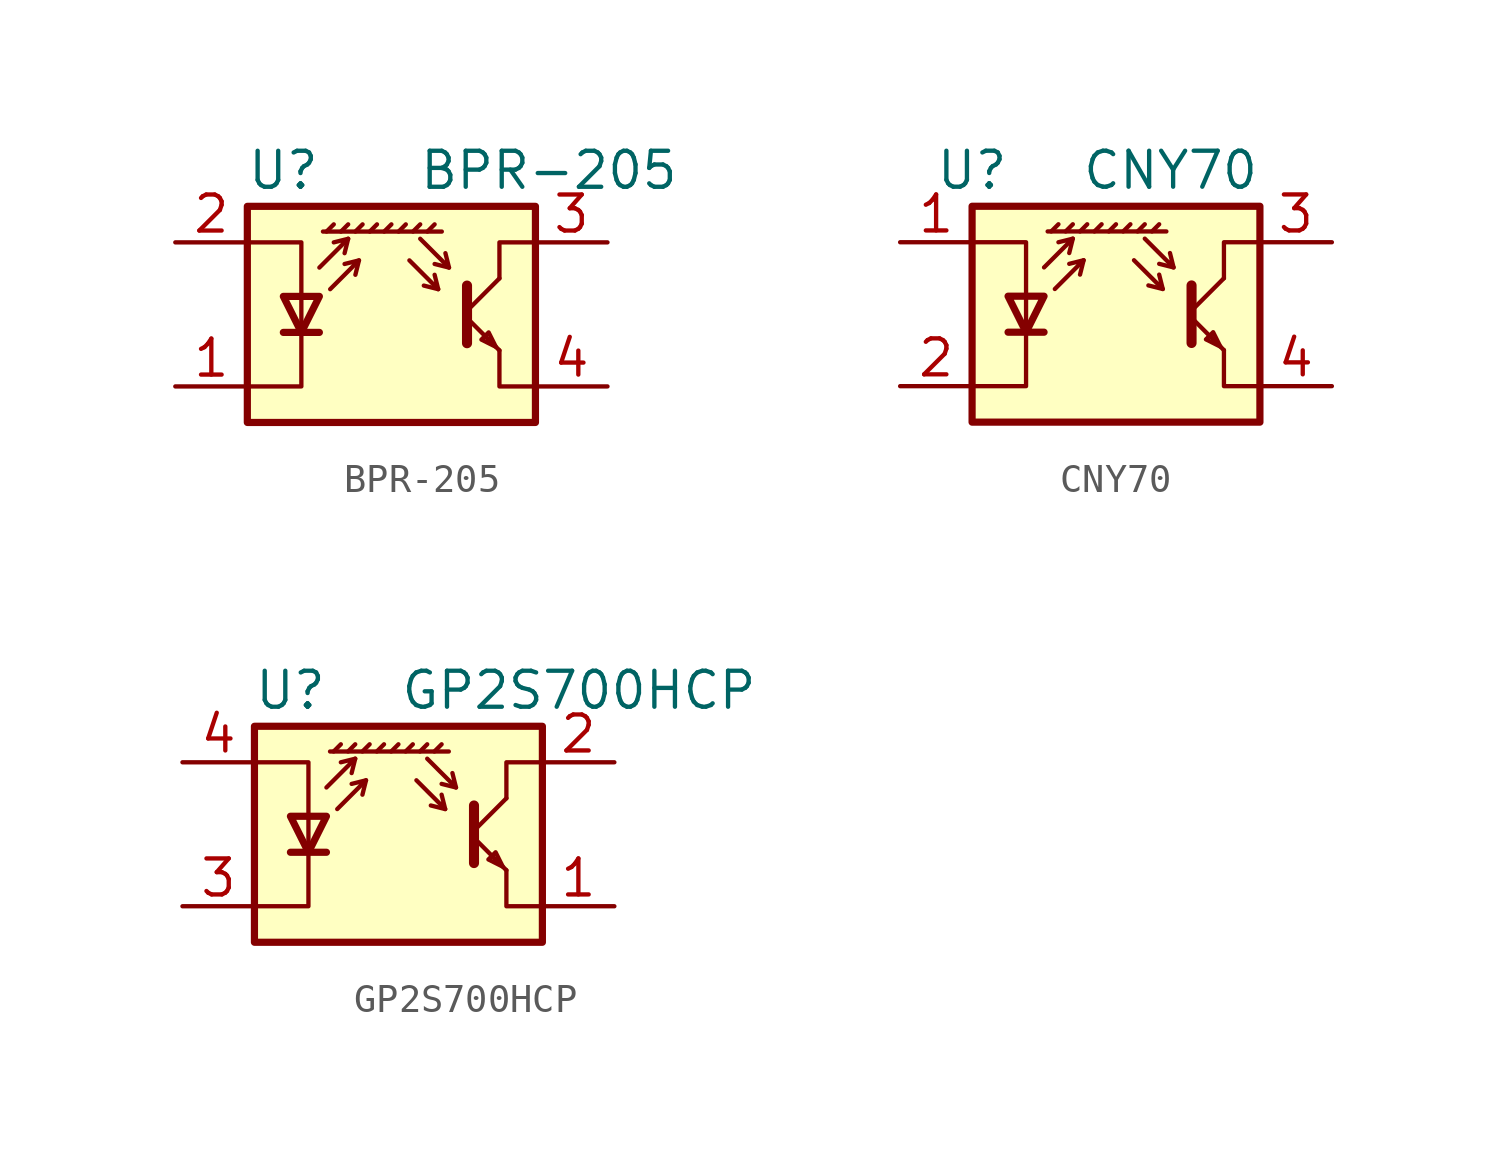
<source format=kicad_sym>
(kicad_symbol_lib
  (version 20241209)
  (generator "kicad_symbol_editor")
  (generator_version "9.0")
  (symbol "BPR-205"
    (pin_names
      (offset 1.016)
      (hide yes))
    (property "Reference" "U"
      (at -3.81 5.08 0)
      (effects (font (size 1.27 1.27))))
    (property "Value" "BPR-205"
      (at 10.16 5.08 0)
      (effects (font (size 1.27 1.27)) (justify right)))
    (symbol "BPR-205_0_1"
      (polyline (pts (xy -5.08 -2.54) (xy -3.175 -2.54) (xy -3.175 2.54) (xy -5.08 2.54)) (stroke (width 0) (type default)) (fill (type none)))
      (polyline (pts (xy -5.08 -3.81) (xy 5.08 -3.81) (xy 5.08 3.81) (xy -5.08 3.81) (xy -5.08 -3.81)) (stroke (width 0.254) (type default)) (fill (type background)))
      (polyline (pts (xy -3.81 -0.635) (xy -2.54 -0.635)) (stroke (width 0.254) (type default)) (fill (type none)))
      (polyline (pts (xy -3.175 -0.635) (xy -3.81 0.635) (xy -2.54 0.635) (xy -3.175 -0.635)) (stroke (width 0.254) (type default)) (fill (type none)))
      (polyline (pts (xy -2.54 1.651) (xy -1.524 2.667) (xy -2.032 2.54)) (stroke (width 0) (type default)) (fill (type none)))
      (polyline (pts (xy -2.286 2.921) (xy -2.032 3.175)) (stroke (width 0) (type default)) (fill (type none)))
      (polyline (pts (xy -2.159 0.889) (xy -1.143 1.905) (xy -1.651 1.778)) (stroke (width 0) (type default)) (fill (type none)))
      (polyline (pts (xy -1.778 2.921) (xy -1.524 3.175)) (stroke (width 0) (type default)) (fill (type none)))
      (polyline (pts (xy -1.524 2.667) (xy -1.651 2.159)) (stroke (width 0) (type default)) (fill (type none)))
      (polyline (pts (xy -1.27 2.921) (xy -1.016 3.175)) (stroke (width 0) (type default)) (fill (type none)))
      (polyline (pts (xy -1.143 1.905) (xy -1.27 1.397)) (stroke (width 0) (type default)) (fill (type none)))
      (polyline (pts (xy -0.762 2.921) (xy -0.508 3.175)) (stroke (width 0) (type default)) (fill (type none)))
      (polyline (pts (xy -0.254 2.921) (xy 0 3.175)) (stroke (width 0) (type default)) (fill (type none)))
      (polyline (pts (xy 0.254 2.921) (xy 0.508 3.175)) (stroke (width 0) (type default)) (fill (type none)))
      (polyline (pts (xy 0.635 1.905) (xy 1.651 0.889) (xy 1.524 1.397)) (stroke (width 0) (type default)) (fill (type none)))
      (polyline (pts (xy 0.762 2.921) (xy 1.016 3.175)) (stroke (width 0) (type default)) (fill (type none)))
      (polyline (pts (xy 1.016 2.667) (xy 2.032 1.651) (xy 1.905 2.159)) (stroke (width 0) (type default)) (fill (type none)))
      (polyline (pts (xy 1.27 2.921) (xy 1.524 3.175)) (stroke (width 0) (type default)) (fill (type none)))
      (polyline (pts (xy 1.651 0.889) (xy 1.143 1.016)) (stroke (width 0) (type default)) (fill (type none)))
      (polyline (pts (xy 1.778 2.921) (xy -2.413 2.921)) (stroke (width 0) (type default)) (fill (type none)))
      (polyline (pts (xy 2.032 1.651) (xy 1.524 1.778)) (stroke (width 0) (type default)) (fill (type none)))
      (polyline (pts (xy 2.667 1.016) (xy 2.667 -1.016)) (stroke (width 0.356) (type default)) (fill (type none)))
      (polyline (pts (xy 2.667 0.127) (xy 3.81 1.27)) (stroke (width 0) (type default)) (fill (type none)))
      (polyline (pts (xy 2.667 -0.127) (xy 3.81 -1.27)) (stroke (width 0) (type default)) (fill (type none)))
      (polyline (pts (xy 3.683 -1.143) (xy 3.429 -0.635) (xy 3.175 -0.889) (xy 3.683 -1.143)) (stroke (width 0) (type default)) (fill (type none)))
      (polyline (pts (xy 3.81 1.27) (xy 3.81 2.54) (xy 5.08 2.54)) (stroke (width 0) (type default)) (fill (type none)))
      (polyline (pts (xy 3.81 -1.27) (xy 3.81 -2.54) (xy 5.08 -2.54)) (stroke (width 0) (type default)) (fill (type none))))
    (symbol "BPR-205_1_1"
      (pin passive line (at -7.62 2.54 0) (length 2.54) (name "A" (effects (font (size 1.27 1.27)))) (number "2" (effects (font (size 1.27 1.27)))))
      (pin passive line (at -7.62 -2.54 0) (length 2.54) (name "K" (effects (font (size 1.27 1.27)))) (number "1" (effects (font (size 1.27 1.27)))))
      (pin open_collector line (at 7.62 2.54 180) (length 2.54) (name "C" (effects (font (size 1.27 1.27)))) (number "3" (effects (font (size 1.27 1.27)))))
      (pin open_emitter line (at 7.62 -2.54 180) (length 2.54) (name "E" (effects (font (size 1.27 1.27)))) (number "4" (effects (font (size 1.27 1.27)))))))
  (symbol "CNY70"
    (pin_names
      (offset 1.016)
      (hide yes))
    (property "Reference" "U"
      (at -5.08 5.08 0)
      (effects (font (size 1.27 1.27))))
    (property "Value" "CNY70"
      (at 5.08 5.08 0)
      (effects (font (size 1.27 1.27)) (justify right)))
    (symbol "CNY70_0_1"
      (polyline (pts (xy -5.08 -2.54) (xy -3.175 -2.54) (xy -3.175 2.54) (xy -5.08 2.54)) (stroke (width 0) (type default)) (fill (type none)))
      (polyline (pts (xy -5.08 -3.81) (xy 5.08 -3.81) (xy 5.08 3.81) (xy -5.08 3.81) (xy -5.08 -3.81)) (stroke (width 0.254) (type default)) (fill (type background)))
      (polyline (pts (xy -3.81 -0.635) (xy -2.54 -0.635)) (stroke (width 0.254) (type default)) (fill (type none)))
      (polyline (pts (xy -3.175 -0.635) (xy -3.81 0.635) (xy -2.54 0.635) (xy -3.175 -0.635)) (stroke (width 0.254) (type default)) (fill (type none)))
      (polyline (pts (xy -2.54 1.651) (xy -1.524 2.667) (xy -2.032 2.54)) (stroke (width 0) (type default)) (fill (type none)))
      (polyline (pts (xy -2.286 2.921) (xy -2.032 3.175)) (stroke (width 0) (type default)) (fill (type none)))
      (polyline (pts (xy -2.159 0.889) (xy -1.143 1.905) (xy -1.651 1.778)) (stroke (width 0) (type default)) (fill (type none)))
      (polyline (pts (xy -1.778 2.921) (xy -1.524 3.175)) (stroke (width 0) (type default)) (fill (type none)))
      (polyline (pts (xy -1.524 2.667) (xy -1.651 2.159)) (stroke (width 0) (type default)) (fill (type none)))
      (polyline (pts (xy -1.27 2.921) (xy -1.016 3.175)) (stroke (width 0) (type default)) (fill (type none)))
      (polyline (pts (xy -1.143 1.905) (xy -1.27 1.397)) (stroke (width 0) (type default)) (fill (type none)))
      (polyline (pts (xy -0.762 2.921) (xy -0.508 3.175)) (stroke (width 0) (type default)) (fill (type none)))
      (polyline (pts (xy -0.254 2.921) (xy 0 3.175)) (stroke (width 0) (type default)) (fill (type none)))
      (polyline (pts (xy 0.254 2.921) (xy 0.508 3.175)) (stroke (width 0) (type default)) (fill (type none)))
      (polyline (pts (xy 0.635 1.905) (xy 1.651 0.889) (xy 1.524 1.397)) (stroke (width 0) (type default)) (fill (type none)))
      (polyline (pts (xy 0.762 2.921) (xy 1.016 3.175)) (stroke (width 0) (type default)) (fill (type none)))
      (polyline (pts (xy 1.016 2.667) (xy 2.032 1.651) (xy 1.905 2.159)) (stroke (width 0) (type default)) (fill (type none)))
      (polyline (pts (xy 1.27 2.921) (xy 1.524 3.175)) (stroke (width 0) (type default)) (fill (type none)))
      (polyline (pts (xy 1.651 0.889) (xy 1.143 1.016)) (stroke (width 0) (type default)) (fill (type none)))
      (polyline (pts (xy 1.778 2.921) (xy -2.413 2.921)) (stroke (width 0) (type default)) (fill (type none)))
      (polyline (pts (xy 2.032 1.651) (xy 1.524 1.778)) (stroke (width 0) (type default)) (fill (type none)))
      (polyline (pts (xy 2.667 1.016) (xy 2.667 -1.016)) (stroke (width 0.356) (type default)) (fill (type none)))
      (polyline (pts (xy 2.667 0.127) (xy 3.81 1.27)) (stroke (width 0) (type default)) (fill (type none)))
      (polyline (pts (xy 2.667 -0.127) (xy 3.81 -1.27)) (stroke (width 0) (type default)) (fill (type none)))
      (polyline (pts (xy 3.683 -1.143) (xy 3.429 -0.635) (xy 3.175 -0.889) (xy 3.683 -1.143)) (stroke (width 0) (type default)) (fill (type none)))
      (polyline (pts (xy 3.81 1.27) (xy 3.81 2.54) (xy 5.08 2.54)) (stroke (width 0) (type default)) (fill (type none)))
      (polyline (pts (xy 3.81 -1.27) (xy 3.81 -2.54) (xy 5.08 -2.54)) (stroke (width 0) (type default)) (fill (type none))))
    (symbol "CNY70_1_1"
      (pin passive line (at -7.62 2.54 0) (length 2.54) (name "A" (effects (font (size 1.27 1.27)))) (number "1" (effects (font (size 1.27 1.27)))))
      (pin passive line (at -7.62 -2.54 0) (length 2.54) (name "K" (effects (font (size 1.27 1.27)))) (number "2" (effects (font (size 1.27 1.27)))))
      (pin open_collector line (at 7.62 2.54 180) (length 2.54) (name "C" (effects (font (size 1.27 1.27)))) (number "3" (effects (font (size 1.27 1.27)))))
      (pin open_emitter line (at 7.62 -2.54 180) (length 2.54) (name "E" (effects (font (size 1.27 1.27)))) (number "4" (effects (font (size 1.27 1.27)))))))
  (symbol "GP2S700HCP"
    (pin_names
      (offset 0.025)
      (hide yes))
    (property "Reference" "U"
      (at -3.81 5.08 0)
      (effects (font (size 1.27 1.27))))
    (property "Value" "GP2S700HCP"
      (at 12.7 5.08 0)
      (effects (font (size 1.27 1.27)) (justify right)))
    (symbol "GP2S700HCP_0_1"
      (polyline (pts (xy -5.08 -2.54) (xy -3.175 -2.54) (xy -3.175 2.54) (xy -5.08 2.54)) (stroke (width 0) (type default)) (fill (type none)))
      (polyline (pts (xy -5.08 -3.81) (xy 5.08 -3.81) (xy 5.08 3.81) (xy -5.08 3.81) (xy -5.08 -3.81)) (stroke (width 0.254) (type default)) (fill (type background)))
      (polyline (pts (xy -3.81 -0.635) (xy -2.54 -0.635)) (stroke (width 0.254) (type default)) (fill (type none)))
      (polyline (pts (xy -3.175 -0.635) (xy -3.81 0.635) (xy -2.54 0.635) (xy -3.175 -0.635)) (stroke (width 0.254) (type default)) (fill (type none)))
      (polyline (pts (xy -2.54 1.651) (xy -1.524 2.667) (xy -2.032 2.54)) (stroke (width 0) (type default)) (fill (type none)))
      (polyline (pts (xy -2.286 2.921) (xy -2.032 3.175)) (stroke (width 0) (type default)) (fill (type none)))
      (polyline (pts (xy -2.159 0.889) (xy -1.143 1.905) (xy -1.651 1.778)) (stroke (width 0) (type default)) (fill (type none)))
      (polyline (pts (xy -1.778 2.921) (xy -1.524 3.175)) (stroke (width 0) (type default)) (fill (type none)))
      (polyline (pts (xy -1.524 2.667) (xy -1.651 2.159)) (stroke (width 0) (type default)) (fill (type none)))
      (polyline (pts (xy -1.27 2.921) (xy -1.016 3.175)) (stroke (width 0) (type default)) (fill (type none)))
      (polyline (pts (xy -1.143 1.905) (xy -1.27 1.397)) (stroke (width 0) (type default)) (fill (type none)))
      (polyline (pts (xy -0.762 2.921) (xy -0.508 3.175)) (stroke (width 0) (type default)) (fill (type none)))
      (polyline (pts (xy -0.254 2.921) (xy 0 3.175)) (stroke (width 0) (type default)) (fill (type none)))
      (polyline (pts (xy 0.254 2.921) (xy 0.508 3.175)) (stroke (width 0) (type default)) (fill (type none)))
      (polyline (pts (xy 0.635 1.905) (xy 1.651 0.889) (xy 1.524 1.397)) (stroke (width 0) (type default)) (fill (type none)))
      (polyline (pts (xy 0.762 2.921) (xy 1.016 3.175)) (stroke (width 0) (type default)) (fill (type none)))
      (polyline (pts (xy 1.016 2.667) (xy 2.032 1.651) (xy 1.905 2.159)) (stroke (width 0) (type default)) (fill (type none)))
      (polyline (pts (xy 1.27 2.921) (xy 1.524 3.175)) (stroke (width 0) (type default)) (fill (type none)))
      (polyline (pts (xy 1.651 0.889) (xy 1.143 1.016)) (stroke (width 0) (type default)) (fill (type none)))
      (polyline (pts (xy 1.778 2.921) (xy -2.413 2.921)) (stroke (width 0) (type default)) (fill (type none)))
      (polyline (pts (xy 2.032 1.651) (xy 1.524 1.778)) (stroke (width 0) (type default)) (fill (type none)))
      (polyline (pts (xy 2.667 1.016) (xy 2.667 -1.016)) (stroke (width 0.356) (type default)) (fill (type none)))
      (polyline (pts (xy 2.667 0.127) (xy 3.81 1.27)) (stroke (width 0) (type default)) (fill (type none)))
      (polyline (pts (xy 2.667 -0.127) (xy 3.81 -1.27)) (stroke (width 0) (type default)) (fill (type none)))
      (polyline (pts (xy 3.683 -1.143) (xy 3.429 -0.635) (xy 3.175 -0.889) (xy 3.683 -1.143)) (stroke (width 0) (type default)) (fill (type none)))
      (polyline (pts (xy 3.81 1.27) (xy 3.81 2.54) (xy 5.08 2.54)) (stroke (width 0) (type default)) (fill (type none)))
      (polyline (pts (xy 3.81 -1.27) (xy 3.81 -2.54) (xy 5.08 -2.54)) (stroke (width 0) (type default)) (fill (type none))))
    (symbol "GP2S700HCP_1_1"
      (pin passive line (at -7.62 2.54 0) (length 2.54) (name "A" (effects (font (size 1.27 1.27)))) (number "4" (effects (font (size 1.27 1.27)))))
      (pin passive line (at -7.62 -2.54 0) (length 2.54) (name "K" (effects (font (size 1.27 1.27)))) (number "3" (effects (font (size 1.27 1.27)))))
      (pin open_collector line (at 7.62 2.54 180) (length 2.54) (name "~" (effects (font (size 1.27 1.27)))) (number "2" (effects (font (size 1.27 1.27)))))
      (pin open_emitter line (at 7.62 -2.54 180) (length 2.54) (name "~" (effects (font (size 1.27 1.27)))) (number "1" (effects (font (size 1.27 1.27))))))))
</source>
